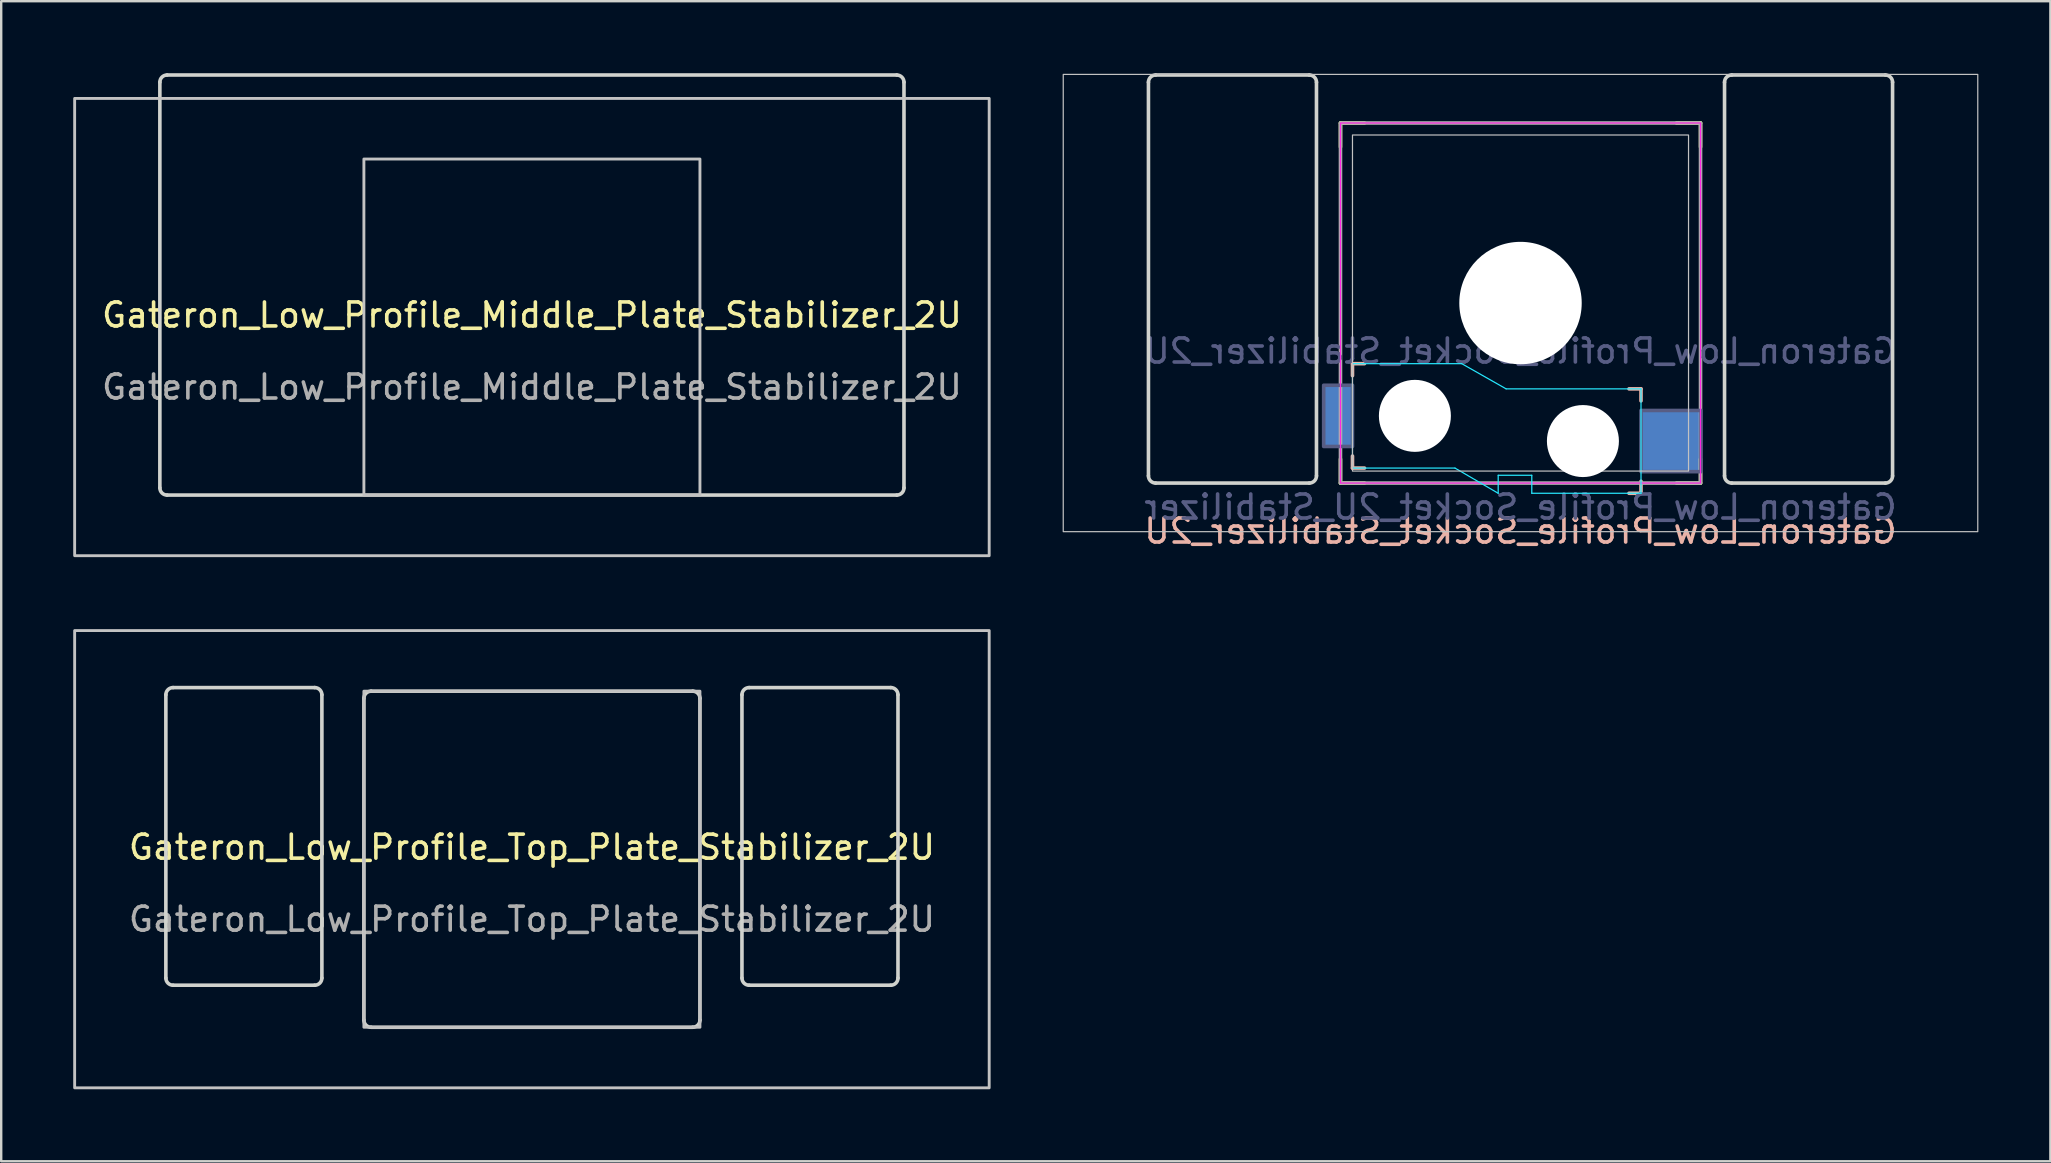
<source format=kicad_pcb>
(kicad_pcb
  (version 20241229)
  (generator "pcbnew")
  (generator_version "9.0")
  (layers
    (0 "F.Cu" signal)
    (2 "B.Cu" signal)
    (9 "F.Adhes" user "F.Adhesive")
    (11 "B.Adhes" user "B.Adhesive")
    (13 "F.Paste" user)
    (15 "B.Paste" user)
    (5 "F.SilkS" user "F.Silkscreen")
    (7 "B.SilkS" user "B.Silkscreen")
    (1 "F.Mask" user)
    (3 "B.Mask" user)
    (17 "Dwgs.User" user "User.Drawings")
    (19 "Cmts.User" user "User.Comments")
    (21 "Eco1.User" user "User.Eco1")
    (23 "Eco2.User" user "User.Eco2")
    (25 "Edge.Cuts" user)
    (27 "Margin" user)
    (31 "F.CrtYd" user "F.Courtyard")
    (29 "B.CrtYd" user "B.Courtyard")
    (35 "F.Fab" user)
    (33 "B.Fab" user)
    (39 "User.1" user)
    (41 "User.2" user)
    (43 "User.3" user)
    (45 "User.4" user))
  (footprint "Gateron_Low_Profile_Middle_Plate_Stabilizer_2U"
    (layer "F.Cu")
    (at 19.11 10.575)
    (property "Reference" "Gateron_Low_Profile_Middle_Plate_Stabilizer_2U" (at 0 -0.5 0) (unlocked yes) (layer "F.SilkS") (effects (font (size 1 1) (thickness 0.15))))
    (attr smd)
    (fp_rect (start -19.05 -9.525) (end 19.05 9.525) (stroke (width 0.12) (type default)) (fill no) (layer "Dwgs.User"))
    (fp_rect (start -7 -7) (end 7 7) (stroke (width 0.12) (type default)) (fill no) (layer "Dwgs.User"))
    (fp_line (start -15.5 6.7) (end -15.5 -10.2) (stroke (width 0.15) (type default)) (layer "Edge.Cuts"))
    (fp_line (start -15.2 -10.5) (end 15.2 -10.5) (stroke (width 0.15) (type default)) (layer "Edge.Cuts"))
    (fp_line (start 15.2 7) (end -15.2 7) (stroke (width 0.15) (type default)) (layer "Edge.Cuts"))
    (fp_line (start 15.5 -10.2) (end 15.5 6.7) (stroke (width 0.15) (type default)) (layer "Edge.Cuts"))
    (fp_arc (start -15.5 -10.2) (mid -15.412132 -10.412132) (end -15.2 -10.5) (stroke (width 0.15) (type default)) (layer "Edge.Cuts"))
    (fp_arc (start -15.2 7) (mid -15.412132 6.912132) (end -15.5 6.7) (stroke (width 0.15) (type default)) (layer "Edge.Cuts"))
    (fp_arc (start 15.2 -10.5) (mid 15.412132 -10.412132) (end 15.5 -10.2) (stroke (width 0.15) (type default)) (layer "Edge.Cuts"))
    (fp_arc (start 15.5 6.7) (mid 15.412132 6.912132) (end 15.2 7) (stroke (width 0.15) (type default)) (layer "Edge.Cuts"))
    (fp_text user "${REFERENCE}" (at 0 2.5 0) (unlocked yes) (layer "F.Fab") (effects (font (size 1 1) (thickness 0.15)))))
  (footprint "Gateron_Low_Profile_Top_Plate_Stabilizer_2U"
    (layer "F.Cu")
    (at 19.11 32.745)
    (property "Reference" "Gateron_Low_Profile_Top_Plate_Stabilizer_2U" (at 0 -0.5 0) (unlocked yes) (layer "F.SilkS") (effects (font (size 1 1) (thickness 0.15))))
    (attr smd)
    (fp_rect (start -19.05 -9.525) (end 19.05 9.525) (stroke (width 0.12) (type default)) (fill no) (layer "Dwgs.User"))
    (fp_rect (start -7 -7) (end 7 7) (stroke (width 0.12) (type default)) (fill no) (layer "Dwgs.User"))
    (fp_line (start -15.25 4.95) (end -15.25 -6.85) (stroke (width 0.15) (type default)) (layer "Edge.Cuts"))
    (fp_line (start -14.95 -7.15) (end -9.05 -7.15) (stroke (width 0.15) (type default)) (layer "Edge.Cuts"))
    (fp_line (start -9.05 5.25) (end -14.95 5.25) (stroke (width 0.15) (type default)) (layer "Edge.Cuts"))
    (fp_line (start -8.75 -6.85) (end -8.75 4.95) (stroke (width 0.15) (type default)) (layer "Edge.Cuts"))
    (fp_line (start -7 6.7) (end -7 -6.7) (stroke (width 0.15) (type default)) (layer "Edge.Cuts"))
    (fp_line (start -6.7 -7) (end 6.7 -7) (stroke (width 0.15) (type default)) (layer "Edge.Cuts"))
    (fp_line (start 6.7 7) (end -6.7 7) (stroke (width 0.15) (type default)) (layer "Edge.Cuts"))
    (fp_line (start 7 -6.7) (end 7 6.7) (stroke (width 0.15) (type default)) (layer "Edge.Cuts"))
    (fp_line (start 8.75 4.95) (end 8.75 -6.85) (stroke (width 0.15) (type default)) (layer "Edge.Cuts"))
    (fp_line (start 9.05 -7.15) (end 14.95 -7.15) (stroke (width 0.15) (type default)) (layer "Edge.Cuts"))
    (fp_line (start 14.95 5.25) (end 9.05 5.25) (stroke (width 0.15) (type default)) (layer "Edge.Cuts"))
    (fp_line (start 15.25 -6.85) (end 15.25 4.95) (stroke (width 0.15) (type default)) (layer "Edge.Cuts"))
    (fp_arc (start -15.25 -6.85) (mid -15.162132 -7.062132) (end -14.95 -7.15) (stroke (width 0.15) (type default)) (layer "Edge.Cuts"))
    (fp_arc (start -14.95 5.25) (mid -15.162132 5.162132) (end -15.25 4.95) (stroke (width 0.15) (type default)) (layer "Edge.Cuts"))
    (fp_arc (start -9.05 -7.15) (mid -8.837868 -7.062132) (end -8.75 -6.85) (stroke (width 0.15) (type default)) (layer "Edge.Cuts"))
    (fp_arc (start -8.75 4.95) (mid -8.837868 5.162132) (end -9.05 5.25) (stroke (width 0.15) (type default)) (layer "Edge.Cuts"))
    (fp_arc (start -7 -6.7) (mid -6.912132 -6.912132) (end -6.7 -7) (stroke (width 0.15) (type default)) (layer "Edge.Cuts"))
    (fp_arc (start -6.7 7) (mid -6.912132 6.912132) (end -7 6.7) (stroke (width 0.15) (type default)) (layer "Edge.Cuts"))
    (fp_arc (start 6.7 -7) (mid 6.912132 -6.912132) (end 7 -6.7) (stroke (width 0.15) (type default)) (layer "Edge.Cuts"))
    (fp_arc (start 7 6.7) (mid 6.912132 6.912132) (end 6.7 7) (stroke (width 0.15) (type default)) (layer "Edge.Cuts"))
    (fp_arc (start 8.75 -6.85) (mid 8.837868 -7.062132) (end 9.05 -7.15) (stroke (width 0.15) (type default)) (layer "Edge.Cuts"))
    (fp_arc (start 9.05 5.25) (mid 8.837868 5.162132) (end 8.75 4.95) (stroke (width 0.15) (type default)) (layer "Edge.Cuts"))
    (fp_arc (start 14.95 -7.15) (mid 15.162132 -7.062132) (end 15.25 -6.85) (stroke (width 0.15) (type default)) (layer "Edge.Cuts"))
    (fp_arc (start 15.25 4.95) (mid 15.162132 5.162132) (end 14.95 5.25) (stroke (width 0.15) (type default)) (layer "Edge.Cuts"))
    (fp_text user "${REFERENCE}" (at 0 2.5 0) (unlocked yes) (layer "F.Fab") (effects (font (size 1 1) (thickness 0.15)))))
  (footprint "Gateron_Low_Profile_Socket_Stabilizer_2U"
    (layer "F.Cu")
    (at 60.295 9.575)
    (property "Reference" "Gateron_Low_Profile_Socket_Stabilizer_2U" (at 0 9.5 0) (layer "B.SilkS") (effects (font (size 1 1) (thickness 0.15)) (justify mirror)))
    (property "Value" "Gateron_Low_Profile_Socket_2U_Stabilizer" (at 0 8.5 0) (layer "F.Fab") (hide yes) (effects (font (size 1 1) (thickness 0.15))))
    (attr smd)
    (fp_line (start -7.5 -6.5) (end -7.5 -7.5) (stroke (width 0.15) (type solid)) (layer "F.SilkS"))
    (fp_line (start -7.5 7.5) (end -7.5 6.5) (stroke (width 0.15) (type solid)) (layer "F.SilkS"))
    (fp_line (start -7.5 7.5) (end -6.5 7.5) (stroke (width 0.15) (type solid)) (layer "F.SilkS"))
    (fp_line (start -6.5 -7.5) (end -7.5 -7.5) (stroke (width 0.15) (type solid)) (layer "F.SilkS"))
    (fp_line (start 6.5 7.5) (end 7.5 7.5) (stroke (width 0.15) (type solid)) (layer "F.SilkS"))
    (fp_line (start 7.5 -7.5) (end 6.5 -7.5) (stroke (width 0.15) (type solid)) (layer "F.SilkS"))
    (fp_line (start 7.5 -7.5) (end 7.5 -6.5) (stroke (width 0.15) (type solid)) (layer "F.SilkS"))
    (fp_line (start 7.5 6.5) (end 7.5 7.5) (stroke (width 0.15) (type solid)) (layer "F.SilkS"))
    (fp_line (start -7 2.525) (end -7 3.025) (stroke (width 0.15) (type default)) (layer "B.SilkS"))
    (fp_line (start -7 2.525) (end -6.5 2.525) (stroke (width 0.15) (type default)) (layer "B.SilkS"))
    (fp_line (start -7 6.375) (end -7 6.875) (stroke (width 0.15) (type default)) (layer "B.SilkS"))
    (fp_line (start -7 6.875) (end -6.5 6.875) (stroke (width 0.15) (type default)) (layer "B.SilkS"))
    (fp_line (start 4.52 3.575) (end 5.02 3.575) (stroke (width 0.15) (type default)) (layer "B.SilkS"))
    (fp_line (start 4.52 7.925) (end 5.02 7.925) (stroke (width 0.15) (type default)) (layer "B.SilkS"))
    (fp_line (start 5.02 4.075) (end 5.02 3.575) (stroke (width 0.15) (type default)) (layer "B.SilkS"))
    (fp_line (start 5.02 7.925) (end 5.02 7.425) (stroke (width 0.15) (type default)) (layer "B.SilkS"))
    (fp_rect (start -19.05 -9.525) (end 19.05 9.525) (stroke (width 0.05) (type solid)) (fill no) (layer "Dwgs.User"))
    (fp_rect (start -7 -7) (end 7 7) (stroke (width 0.05) (type solid)) (fill no) (layer "Dwgs.User"))
    (fp_line (start -15.5 7.2) (end -15.5 -9.2) (stroke (width 0.15) (type default)) (layer "Edge.Cuts"))
    (fp_line (start -15.2 -9.5) (end -8.8 -9.5) (stroke (width 0.15) (type default)) (layer "Edge.Cuts"))
    (fp_line (start -8.8 7.5) (end -15.2 7.5) (stroke (width 0.15) (type default)) (layer "Edge.Cuts"))
    (fp_line (start -8.5 -9.2) (end -8.5 7.2) (stroke (width 0.15) (type default)) (layer "Edge.Cuts"))
    (fp_line (start 8.5 7.2) (end 8.5 -9.2) (stroke (width 0.15) (type default)) (layer "Edge.Cuts"))
    (fp_line (start 8.8 -9.5) (end 15.2 -9.5) (stroke (width 0.15) (type default)) (layer "Edge.Cuts"))
    (fp_line (start 15.2 7.5) (end 8.8 7.5) (stroke (width 0.15) (type default)) (layer "Edge.Cuts"))
    (fp_line (start 15.5 -9.2) (end 15.5 7.2) (stroke (width 0.15) (type default)) (layer "Edge.Cuts"))
    (fp_arc (start -15.5 -9.2) (mid -15.412132 -9.412132) (end -15.2 -9.5) (stroke (width 0.15) (type default)) (layer "Edge.Cuts"))
    (fp_arc (start -15.2 7.5) (mid -15.412132 7.412132) (end -15.5 7.2) (stroke (width 0.15) (type default)) (layer "Edge.Cuts"))
    (fp_arc (start -8.8 -9.5) (mid -8.587868 -9.412132) (end -8.5 -9.2) (stroke (width 0.15) (type default)) (layer "Edge.Cuts"))
    (fp_arc (start -8.5 7.2) (mid -8.587868 7.412132) (end -8.8 7.5) (stroke (width 0.15) (type default)) (layer "Edge.Cuts"))
    (fp_arc (start 8.5 -9.2) (mid 8.587868 -9.412132) (end 8.8 -9.5) (stroke (width 0.15) (type default)) (layer "Edge.Cuts"))
    (fp_arc (start 8.8 7.5) (mid 8.587868 7.412132) (end 8.5 7.2) (stroke (width 0.15) (type default)) (layer "Edge.Cuts"))
    (fp_arc (start 15.2 -9.5) (mid 15.412132 -9.412132) (end 15.5 -9.2) (stroke (width 0.15) (type default)) (layer "Edge.Cuts"))
    (fp_arc (start 15.5 7.2) (mid 15.412132 7.412132) (end 15.2 7.5) (stroke (width 0.15) (type default)) (layer "Edge.Cuts"))
    (fp_line (start -7 2.525) (end -7 6.875) (stroke (width 0.05) (type solid)) (layer "B.CrtYd"))
    (fp_line (start -7 2.525) (end -2.45 2.525) (stroke (width 0.05) (type solid)) (layer "B.CrtYd"))
    (fp_line (start -2.73 6.875) (end -7 6.875) (stroke (width 0.05) (type default)) (layer "B.CrtYd"))
    (fp_line (start -2.73 6.875) (end -0.93 7.925) (stroke (width 0.05) (type solid)) (layer "B.CrtYd"))
    (fp_line (start -0.93 7.925) (end -0.93 7.175) (stroke (width 0.05) (type solid)) (layer "B.CrtYd"))
    (fp_line (start -0.6 3.575) (end -2.45 2.525) (stroke (width 0.05) (type solid)) (layer "B.CrtYd"))
    (fp_line (start -0.6 3.575) (end 5.02 3.575) (stroke (width 0.05) (type solid)) (layer "B.CrtYd"))
    (fp_line (start 0.47 7.175) (end -0.93 7.175) (stroke (width 0.05) (type solid)) (layer "B.CrtYd"))
    (fp_line (start 0.47 7.925) (end 0.47 7.175) (stroke (width 0.05) (type solid)) (layer "B.CrtYd"))
    (fp_line (start 0.47 7.925) (end 5.02 7.925) (stroke (width 0.05) (type solid)) (layer "B.CrtYd"))
    (fp_line (start 5.02 3.575) (end 5.02 7.925) (stroke (width 0.05) (type solid)) (layer "B.CrtYd"))
    (fp_rect (start -7.5 -7.5) (end 7.5 7.5) (stroke (width 0.05) (type default)) (fill no) (layer "F.CrtYd"))
    (fp_rect (start -8.2 3.425) (end -7 5.975) (stroke (width 0.15) (type solid)) (fill no) (layer "B.Fab"))
    (fp_rect (start 5.02 4.475) (end 7.52 7.025) (stroke (width 0.15) (type solid)) (fill no) (layer "B.Fab"))
    (fp_rect (start -7.5 -7.5) (end 7.5 7.5) (stroke (width 0.15) (type solid)) (fill no) (layer "F.Fab"))
    (fp_text user "${VALUE}" (at 0 8.5 0) (layer "B.Fab") (effects (font (size 1 1) (thickness 0.15)) (justify mirror)))
    (fp_text user "${REFERENCE}" (at 0 2 0) (layer "B.Fab") (effects (font (size 1 1) (thickness 0.15)) (justify mirror)))
    (pad "" np_thru_hole circle (at -4.4 4.7) (size 3 3) (drill 3) (layers "*.Cu" "*.Mask"))
    (pad "" np_thru_hole circle (at 0 0) (size 5.1 5.1) (drill 5.1) (layers "*.Cu" "*.Mask"))
    (pad "" np_thru_hole circle (at 2.6 5.75) (size 3 3) (drill 3) (layers "*.Cu" "*.Mask"))
    (pad "1" smd rect (at -7.6 4.7) (size 1.2 2.55) (layers "B.Cu" "B.Mask" "B.Paste"))
    (pad "2" smd rect (at 6.27 5.75) (size 2.5 2.55) (layers "B.Cu" "B.Mask" "B.Paste")))
  (gr_rect
    (start -3 -3)
    (end 82.37 45.33)
    (stroke (width 0.1) (type default))
    (fill no)
    (layer "Edge.Cuts")))
</source>
